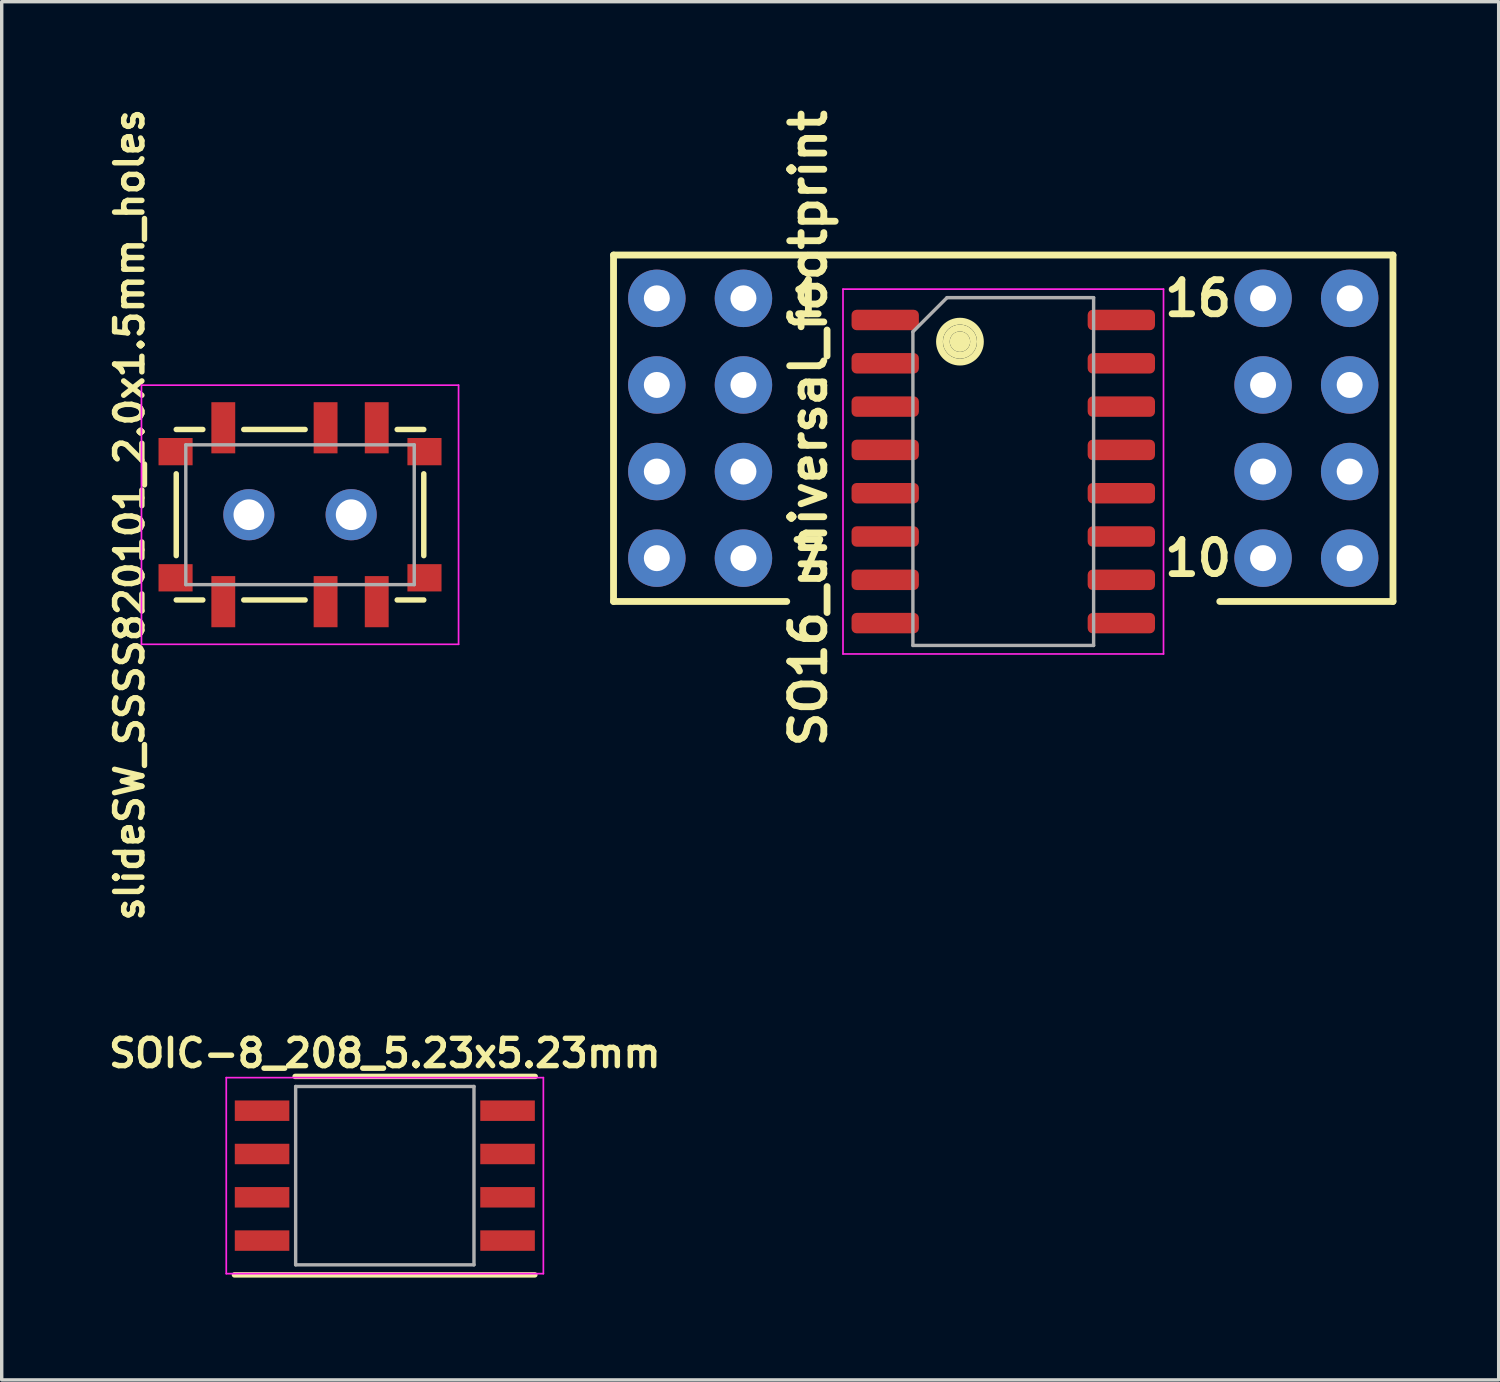
<source format=kicad_pcb>
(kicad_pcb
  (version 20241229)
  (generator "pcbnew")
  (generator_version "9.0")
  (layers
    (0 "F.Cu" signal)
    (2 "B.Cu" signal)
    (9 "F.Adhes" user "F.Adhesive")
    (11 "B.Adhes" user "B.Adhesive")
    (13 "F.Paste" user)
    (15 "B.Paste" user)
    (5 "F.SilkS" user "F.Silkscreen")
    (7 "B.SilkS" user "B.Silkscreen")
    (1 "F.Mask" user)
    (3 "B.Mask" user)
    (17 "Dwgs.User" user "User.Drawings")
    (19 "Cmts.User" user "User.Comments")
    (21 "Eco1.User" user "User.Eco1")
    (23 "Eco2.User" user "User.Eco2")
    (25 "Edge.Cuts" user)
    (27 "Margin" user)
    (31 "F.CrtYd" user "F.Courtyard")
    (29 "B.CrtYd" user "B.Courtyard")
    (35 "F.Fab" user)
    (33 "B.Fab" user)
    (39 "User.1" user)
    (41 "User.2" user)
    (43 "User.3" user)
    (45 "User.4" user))
  (footprint "slideSW_SSSS820101_2.0x1.5mm_holes"
    (layer "F.Cu")
    (at 5.749 12.046)
    (property "Reference" "slideSW_SSSS820101_2.0x1.5mm_holes" (at -5 0 90) (layer "F.SilkS") (effects (font (size 0.8 0.8) (thickness 0.16))))
    (attr through_hole)
    (fp_line (start -3.63 -2.5) (end -2.85 -2.5) (stroke (width 0.16) (type solid)) (layer "F.SilkS"))
    (fp_line (start -3.63 1.2) (end -3.63 -1.2) (stroke (width 0.16) (type solid)) (layer "F.SilkS"))
    (fp_line (start -3.63 2.5) (end -2.85 2.5) (stroke (width 0.16) (type solid)) (layer "F.SilkS"))
    (fp_line (start 0.15 -2.5) (end -1.65 -2.5) (stroke (width 0.16) (type solid)) (layer "F.SilkS"))
    (fp_line (start 0.15 2.5) (end -1.65 2.5) (stroke (width 0.16) (type solid)) (layer "F.SilkS"))
    (fp_line (start 3.63 -2.5) (end 2.85 -2.5) (stroke (width 0.16) (type solid)) (layer "F.SilkS"))
    (fp_line (start 3.63 -1.2) (end 3.63 1.2) (stroke (width 0.16) (type solid)) (layer "F.SilkS"))
    (fp_line (start 3.63 2.5) (end 2.85 2.5) (stroke (width 0.16) (type solid)) (layer "F.SilkS"))
    (fp_line (start -4.65 -3.8) (end 4.65 -3.8) (stroke (width 0.05) (type solid)) (layer "F.CrtYd"))
    (fp_line (start -4.65 3.8) (end -4.65 -3.8) (stroke (width 0.05) (type solid)) (layer "F.CrtYd"))
    (fp_line (start 4.65 -3.8) (end 4.65 3.8) (stroke (width 0.05) (type solid)) (layer "F.CrtYd"))
    (fp_line (start 4.65 3.8) (end -4.65 3.8) (stroke (width 0.05) (type solid)) (layer "F.CrtYd"))
    (fp_line (start -3.35 -2.05) (end 3.35 -2.05) (stroke (width 0.1) (type solid)) (layer "F.Fab"))
    (fp_line (start -3.35 2.05) (end -3.35 -2.05) (stroke (width 0.1) (type solid)) (layer "F.Fab"))
    (fp_line (start 3.35 -2.05) (end 3.35 2.05) (stroke (width 0.1) (type solid)) (layer "F.Fab"))
    (fp_line (start 3.35 2.05) (end -3.35 2.05) (stroke (width 0.1) (type solid)) (layer "F.Fab"))
    (pad "1" smd rect (at 2.25 -2.55) (size 0.7 1.5) (layers "F.Cu" "F.Mask" "F.Paste"))
    (pad "2" smd rect (at 0.75 -2.55) (size 0.7 1.5) (layers "F.Cu" "F.Mask" "F.Paste"))
    (pad "3" smd rect (at -2.25 -2.55) (size 0.7 1.5) (layers "F.Cu" "F.Mask" "F.Paste"))
    (pad "4" smd rect (at 2.25 2.55) (size 0.7 1.5) (layers "F.Cu" "F.Mask" "F.Paste"))
    (pad "5" smd rect (at 0.75 2.55) (size 0.7 1.5) (layers "F.Cu" "F.Mask" "F.Paste"))
    (pad "6" smd rect (at -2.25 2.55) (size 0.7 1.5) (layers "F.Cu" "F.Mask" "F.Paste"))
    (pad "MP" smd rect (at -3.65 -1.85) (size 1 0.8) (layers "F.Cu" "F.Mask" "F.Paste"))
    (pad "MP" smd rect (at -3.65 1.85) (size 1 0.8) (layers "F.Cu" "F.Mask" "F.Paste"))
    (pad "MP" thru_hole circle (at -1.5 0) (size 1.5 1.5) (drill 0.9) (layers "*.Cu" "*.Mask"))
    (pad "MP" thru_hole circle (at 1.5 0) (size 1.5 1.5) (drill 0.9) (layers "*.Cu" "*.Mask"))
    (pad "MP" smd rect (at 3.65 -1.85) (size 1 0.8) (layers "F.Cu" "F.Mask" "F.Paste"))
    (pad "MP" smd rect (at 3.65 1.85) (size 1 0.8) (layers "F.Cu" "F.Mask" "F.Paste")))
  (footprint "SOIC-8_208_5.23x5.23mm"
    (layer "F.Cu")
    (at 8.236 31.43)
    (property "Reference" "SOIC-8_208_5.23x5.23mm" (at 0 -3.59 0) (layer "F.SilkS") (effects (font (size 0.8 0.8) (thickness 0.16))))
    (attr through_hole)
    (fp_line (start -4.41 2.91) (end 4.4 2.91) (stroke (width 0.16) (type solid)) (layer "F.SilkS"))
    (fp_line (start 4.41 -2.91) (end -2.63 -2.91) (stroke (width 0.16) (type solid)) (layer "F.SilkS"))
    (fp_line (start -4.65 2.875) (end -4.65 -2.875) (stroke (width 0.05) (type solid)) (layer "F.CrtYd"))
    (fp_line (start -4.65 2.875) (end 4.65 2.875) (stroke (width 0.05) (type solid)) (layer "F.CrtYd"))
    (fp_line (start 4.65 -2.875) (end -4.65 -2.875) (stroke (width 0.05) (type solid)) (layer "F.CrtYd"))
    (fp_line (start 4.65 -2.875) (end 4.65 2.875) (stroke (width 0.05) (type solid)) (layer "F.CrtYd"))
    (fp_line (start -2.615 -2.615) (end 2.615 -2.615) (stroke (width 0.1) (type solid)) (layer "F.Fab"))
    (fp_line (start -2.615 2.615) (end -2.615 -2.615) (stroke (width 0.1) (type solid)) (layer "F.Fab"))
    (fp_line (start 2.615 -2.615) (end 2.615 2.615) (stroke (width 0.1) (type solid)) (layer "F.Fab"))
    (fp_line (start 2.615 2.615) (end -2.615 2.615) (stroke (width 0.1) (type solid)) (layer "F.Fab"))
    (pad "1" smd rect (at -3.6 -1.905) (size 1.6 0.6) (layers "F.Cu" "F.Mask" "F.Paste"))
    (pad "2" smd rect (at -3.6 -0.635) (size 1.6 0.6) (layers "F.Cu" "F.Mask" "F.Paste"))
    (pad "3" smd rect (at -3.6 0.635) (size 1.6 0.6) (layers "F.Cu" "F.Mask" "F.Paste"))
    (pad "4" smd rect (at -3.6 1.905) (size 1.6 0.6) (layers "F.Cu" "F.Mask" "F.Paste"))
    (pad "5" smd rect (at 3.6 1.905) (size 1.6 0.6) (layers "F.Cu" "F.Mask" "F.Paste"))
    (pad "6" smd rect (at 3.6 0.635) (size 1.6 0.6) (layers "F.Cu" "F.Mask" "F.Paste"))
    (pad "7" smd rect (at 3.6 -0.635) (size 1.6 0.6) (layers "F.Cu" "F.Mask" "F.Paste"))
    (pad "8" smd rect (at 3.6 -1.905) (size 1.6 0.6) (layers "F.Cu" "F.Mask" "F.Paste")))
  (footprint "SO16_universal_footprint"
    (layer "F.Cu")
    (at 13.674 15.86)
    (property "Reference" "SO16_universal_footprint" (at 6.985 -6.35 90) (layer "F.SilkS") (effects (font (size 1 1) (thickness 0.2))))
    (attr through_hole)
    (fp_line (start 1.27 -11.43) (end 1.27 -1.27) (stroke (width 0.2) (type solid)) (layer "F.SilkS"))
    (fp_line (start 1.27 -11.43) (end 24.13 -11.43) (stroke (width 0.2) (type solid)) (layer "F.SilkS"))
    (fp_line (start 1.27 -1.27) (end 6.35 -1.27) (stroke (width 0.2) (type solid)) (layer "F.SilkS"))
    (fp_line (start 24.13 -11.43) (end 24.13 -1.27) (stroke (width 0.2) (type solid)) (layer "F.SilkS"))
    (fp_line (start 24.13 -1.27) (end 19.05 -1.27) (stroke (width 0.2) (type solid)) (layer "F.SilkS"))
    (fp_circle (center 11.43 -8.89) (end 11.53 -8.89) (stroke (width 0.2) (type solid)) (fill no) (layer "F.SilkS"))
    (fp_circle (center 11.43 -8.89) (end 11.63 -8.89) (stroke (width 0.2) (type solid)) (fill no) (layer "F.SilkS"))
    (fp_circle (center 11.43 -8.89) (end 11.83 -8.89) (stroke (width 0.2) (type solid)) (fill no) (layer "F.SilkS"))
    (fp_circle (center 11.43 -8.89) (end 12.03 -8.89) (stroke (width 0.2) (type solid)) (fill no) (layer "F.SilkS"))
    (fp_line (start 8 -10.43) (end 8 0.27) (stroke (width 0.05) (type solid)) (layer "F.CrtYd"))
    (fp_line (start 8 0.27) (end 17.4 0.27) (stroke (width 0.05) (type solid)) (layer "F.CrtYd"))
    (fp_line (start 17.4 -10.43) (end 8 -10.43) (stroke (width 0.05) (type solid)) (layer "F.CrtYd"))
    (fp_line (start 17.4 0.27) (end 17.4 -10.43) (stroke (width 0.05) (type solid)) (layer "F.CrtYd"))
    (fp_line (start 10.05 -9.18) (end 11.05 -10.18) (stroke (width 0.1) (type solid)) (layer "F.Fab"))
    (fp_line (start 10.05 0.02) (end 10.05 -9.18) (stroke (width 0.1) (type solid)) (layer "F.Fab"))
    (fp_line (start 11.05 -10.18) (end 15.35 -10.18) (stroke (width 0.1) (type solid)) (layer "F.Fab"))
    (fp_line (start 15.35 -10.18) (end 15.35 0.02) (stroke (width 0.1) (type solid)) (layer "F.Fab"))
    (fp_line (start 15.35 0.02) (end 10.05 0.02) (stroke (width 0.1) (type solid)) (layer "F.Fab"))
    (fp_text user "16" (at 18.415 -10.16 0) (layer "F.SilkS") (effects (font (size 1 1) (thickness 0.2))))
    (fp_text user "10" (at 18.415 -2.54 0) (layer "F.SilkS") (effects (font (size 1 1) (thickness 0.2))))
    (fp_text user "1" (at 6.985 -10.16 0) (layer "F.SilkS") (effects (font (size 1 1) (thickness 0.2))))
    (fp_text user "7" (at 6.985 -2.54 0) (layer "F.SilkS") (effects (font (size 1 1) (thickness 0.2))))
    (pad "1" smd roundrect (at 9.238 -9.525) (size 1.975 0.6) (layers "F.Cu" "F.Mask" "F.Paste") (roundrect_rratio 0.25))
    (pad "2" smd roundrect (at 9.238 -8.255) (size 1.975 0.6) (layers "F.Cu" "F.Mask" "F.Paste") (roundrect_rratio 0.25))
    (pad "3" smd roundrect (at 9.238 -6.985) (size 1.975 0.6) (layers "F.Cu" "F.Mask" "F.Paste") (roundrect_rratio 0.25))
    (pad "4" smd roundrect (at 9.238 -5.715) (size 1.975 0.6) (layers "F.Cu" "F.Mask" "F.Paste") (roundrect_rratio 0.25))
    (pad "5" smd roundrect (at 9.238 -4.445) (size 1.975 0.6) (layers "F.Cu" "F.Mask" "F.Paste") (roundrect_rratio 0.25))
    (pad "6" smd roundrect (at 9.238 -3.175) (size 1.975 0.6) (layers "F.Cu" "F.Mask" "F.Paste") (roundrect_rratio 0.25))
    (pad "7" smd roundrect (at 9.238 -1.905) (size 1.975 0.6) (layers "F.Cu" "F.Mask" "F.Paste") (roundrect_rratio 0.25))
    (pad "8" smd roundrect (at 9.238 -0.635) (size 1.975 0.6) (layers "F.Cu" "F.Mask" "F.Paste") (roundrect_rratio 0.25))
    (pad "9" smd roundrect (at 16.163 -0.635) (size 1.975 0.6) (layers "F.Cu" "F.Mask" "F.Paste") (roundrect_rratio 0.25))
    (pad "10" smd roundrect (at 16.163 -1.905) (size 1.975 0.6) (layers "F.Cu" "F.Mask" "F.Paste") (roundrect_rratio 0.25))
    (pad "11" smd roundrect (at 16.163 -3.175) (size 1.975 0.6) (layers "F.Cu" "F.Mask" "F.Paste") (roundrect_rratio 0.25))
    (pad "12" smd roundrect (at 16.163 -4.445) (size 1.975 0.6) (layers "F.Cu" "F.Mask" "F.Paste") (roundrect_rratio 0.25))
    (pad "13" smd roundrect (at 16.163 -5.715) (size 1.975 0.6) (layers "F.Cu" "F.Mask" "F.Paste") (roundrect_rratio 0.25))
    (pad "14" smd roundrect (at 16.163 -6.985) (size 1.975 0.6) (layers "F.Cu" "F.Mask" "F.Paste") (roundrect_rratio 0.25))
    (pad "15" smd roundrect (at 16.163 -8.255) (size 1.975 0.6) (layers "F.Cu" "F.Mask" "F.Paste") (roundrect_rratio 0.25))
    (pad "16" smd roundrect (at 16.163 -9.525) (size 1.975 0.6) (layers "F.Cu" "F.Mask" "F.Paste") (roundrect_rratio 0.25))
    (pad "P1" thru_hole circle (at 5.08 -10.16) (size 1.685 1.685) (drill 0.762) (layers "*.Cu" "*.Mask"))
    (pad "P2" thru_hole circle (at 2.54 -10.16) (size 1.685 1.685) (drill 0.762) (layers "*.Cu" "*.Mask"))
    (pad "P3" thru_hole circle (at 5.08 -7.62) (size 1.685 1.685) (drill 0.762) (layers "*.Cu" "*.Mask"))
    (pad "P4" thru_hole circle (at 2.54 -7.62) (size 1.685 1.685) (drill 0.762) (layers "*.Cu" "*.Mask"))
    (pad "P5" thru_hole circle (at 5.08 -5.08) (size 1.685 1.685) (drill 0.762) (layers "*.Cu" "*.Mask"))
    (pad "P6" thru_hole circle (at 2.54 -5.08) (size 1.685 1.685) (drill 0.762) (layers "*.Cu" "*.Mask"))
    (pad "P7" thru_hole circle (at 5.08 -2.54) (size 1.685 1.685) (drill 0.762) (layers "*.Cu" "*.Mask"))
    (pad "P8" thru_hole circle (at 2.54 -2.54) (size 1.685 1.685) (drill 0.762) (layers "*.Cu" "*.Mask"))
    (pad "P9" thru_hole circle (at 22.86 -2.54) (size 1.685 1.685) (drill 0.762) (layers "*.Cu" "*.Mask"))
    (pad "P10" thru_hole circle (at 20.32 -2.54) (size 1.685 1.685) (drill 0.762) (layers "*.Cu" "*.Mask"))
    (pad "P11" thru_hole circle (at 22.86 -5.08) (size 1.685 1.685) (drill 0.762) (layers "*.Cu" "*.Mask"))
    (pad "P12" thru_hole circle (at 20.32 -5.08) (size 1.685 1.685) (drill 0.762) (layers "*.Cu" "*.Mask"))
    (pad "P13" thru_hole circle (at 22.86 -7.62) (size 1.685 1.685) (drill 0.762) (layers "*.Cu" "*.Mask"))
    (pad "P14" thru_hole circle (at 20.32 -7.62) (size 1.685 1.685) (drill 0.762) (layers "*.Cu" "*.Mask"))
    (pad "P15" thru_hole circle (at 22.86 -10.16) (size 1.685 1.685) (drill 0.762) (layers "*.Cu" "*.Mask"))
    (pad "P16" thru_hole circle (at 20.32 -10.16) (size 1.685 1.685) (drill 0.762) (layers "*.Cu" "*.Mask")))
  (gr_rect
    (start -3 -3)
    (end 40.904 37.42)
    (stroke (width 0.1) (type default))
    (fill no)
    (layer "Edge.Cuts")))
</source>
